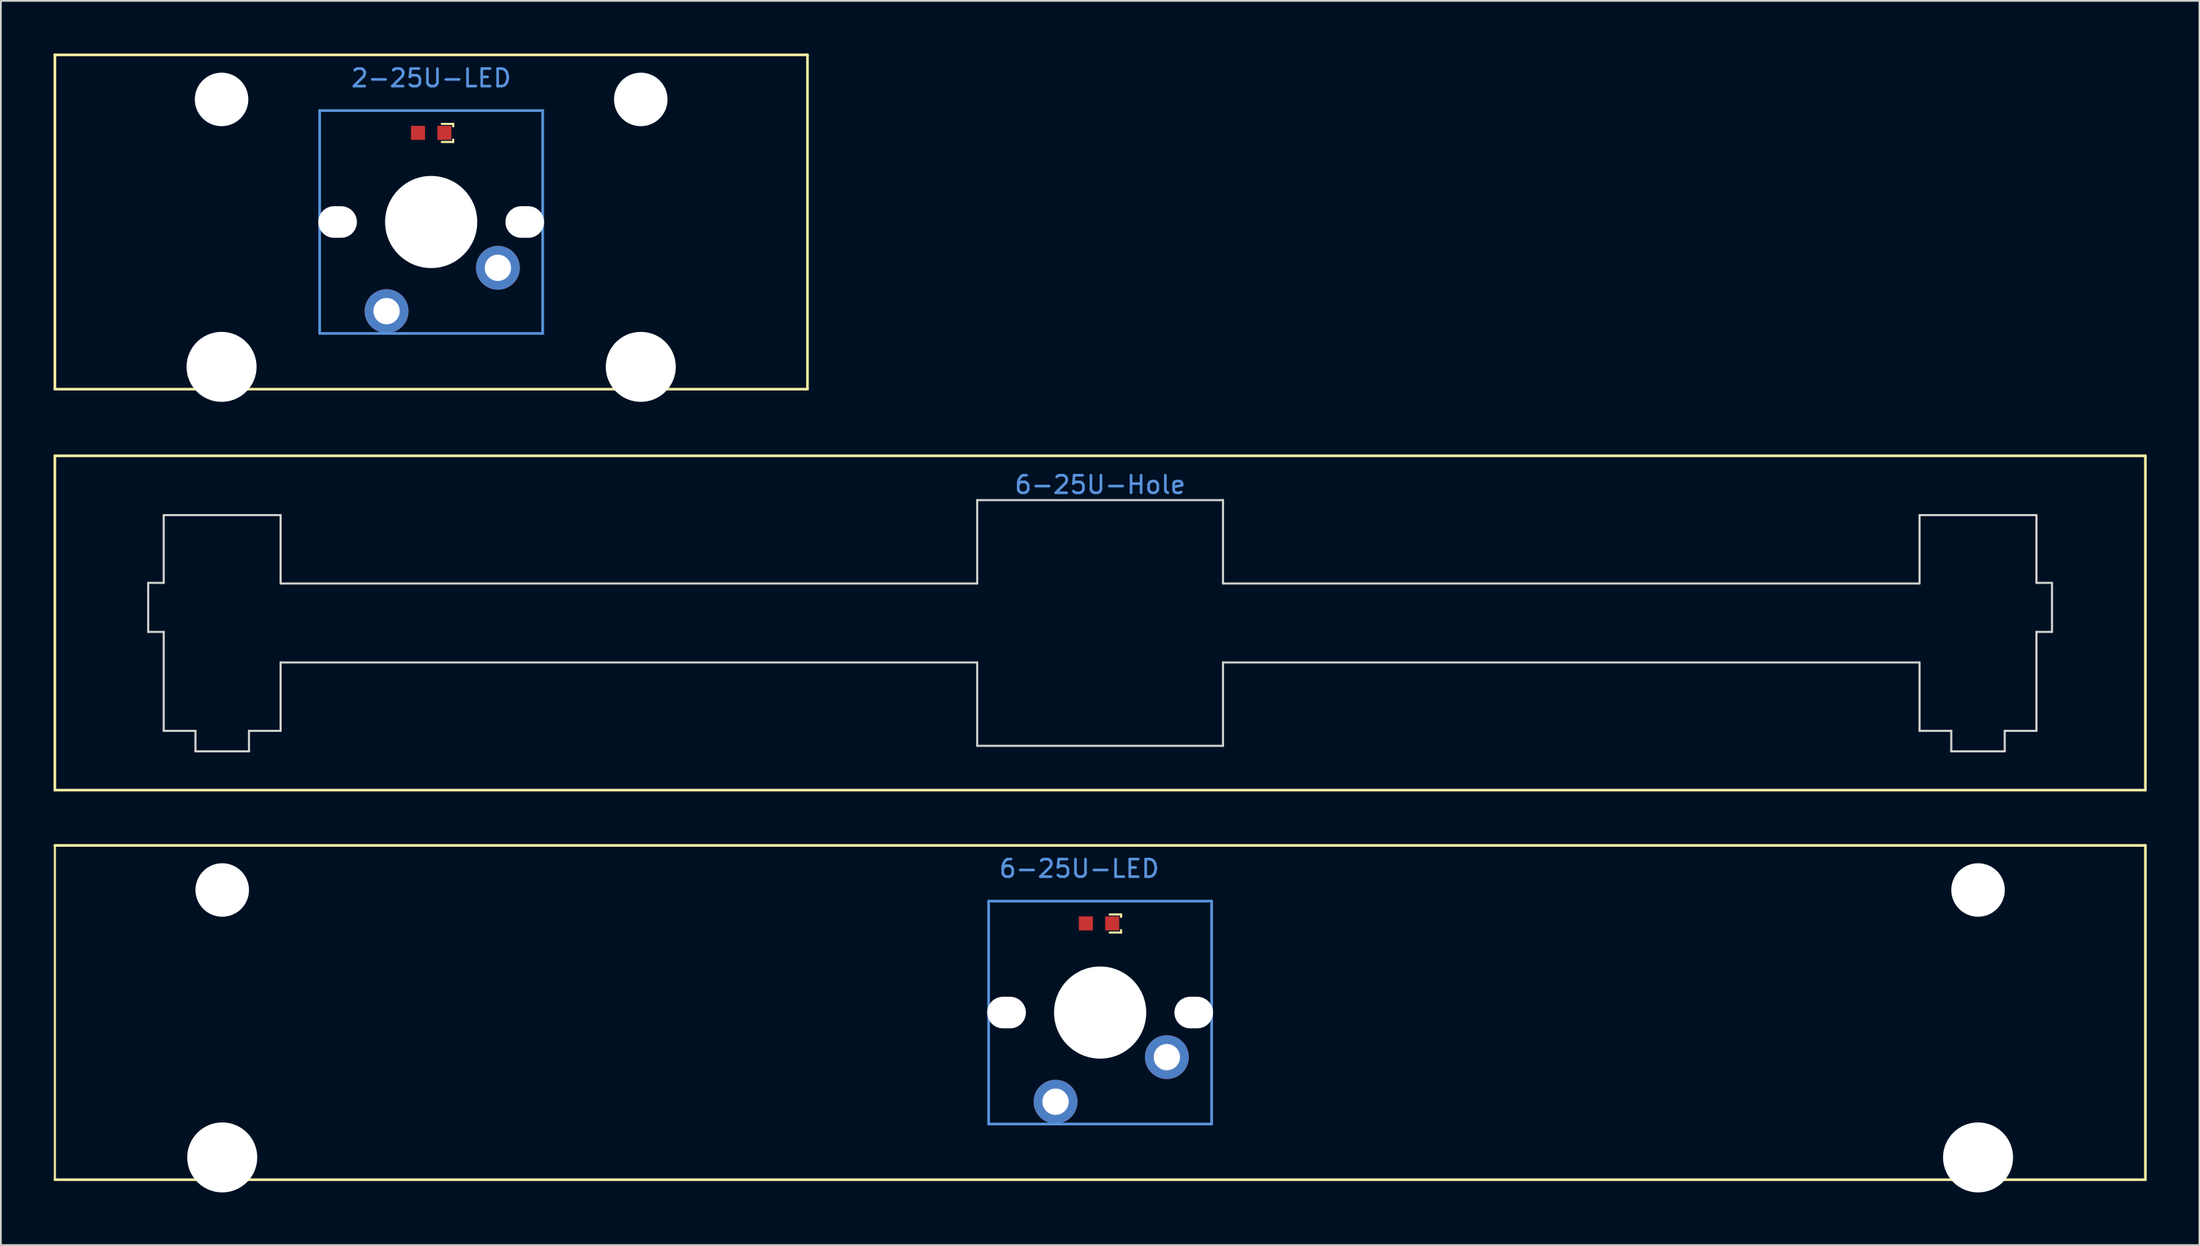
<source format=kicad_pcb>
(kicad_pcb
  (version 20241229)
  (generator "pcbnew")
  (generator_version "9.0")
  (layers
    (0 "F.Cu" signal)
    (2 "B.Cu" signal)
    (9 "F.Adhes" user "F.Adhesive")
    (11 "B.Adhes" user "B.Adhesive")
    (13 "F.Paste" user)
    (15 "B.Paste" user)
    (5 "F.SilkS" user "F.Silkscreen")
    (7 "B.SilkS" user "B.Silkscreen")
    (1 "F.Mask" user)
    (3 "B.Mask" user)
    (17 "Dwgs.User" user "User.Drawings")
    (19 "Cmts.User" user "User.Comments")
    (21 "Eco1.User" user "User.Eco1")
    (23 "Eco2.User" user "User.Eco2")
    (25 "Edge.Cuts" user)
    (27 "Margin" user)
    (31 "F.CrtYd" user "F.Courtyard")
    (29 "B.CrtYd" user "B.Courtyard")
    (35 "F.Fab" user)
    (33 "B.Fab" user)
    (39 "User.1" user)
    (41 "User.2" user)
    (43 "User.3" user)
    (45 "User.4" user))
  (footprint "6-25U-LED"
    (layer "F.Cu")
    (at 59.607 49.571)
    (property "Reference" "6-25U-LED" (at -1.191 -3.12 0) (layer "Cmts.User") (effects (font (size 1 1) (thickness 0.15))))
    (attr smd)
    (fp_line (start -59.531 -4.445) (end -59.531 14.605) (stroke (width 0.12) (type solid)) (layer "F.SilkS"))
    (fp_line (start -59.531 -4.445) (end 59.531 -4.445) (stroke (width 0.152) (type solid)) (layer "F.SilkS"))
    (fp_line (start 0.541 -0.51) (end 1.191 -0.51) (stroke (width 0.12) (type solid)) (layer "F.SilkS"))
    (fp_line (start 0.541 0.52) (end 1.191 0.52) (stroke (width 0.12) (type solid)) (layer "F.SilkS"))
    (fp_line (start 1.191 -0.51) (end 1.191 -0.37) (stroke (width 0.12) (type solid)) (layer "F.SilkS"))
    (fp_line (start 1.191 0.52) (end 1.191 0.38) (stroke (width 0.12) (type solid)) (layer "F.SilkS"))
    (fp_line (start 59.531 -4.445) (end 59.531 14.605) (stroke (width 0.152) (type solid)) (layer "F.SilkS"))
    (fp_line (start 59.531 14.605) (end -59.531 14.605) (stroke (width 0.152) (type solid)) (layer "F.SilkS"))
    (fp_line (start -6.35 -1.27) (end 6.35 -1.27) (stroke (width 0.152) (type solid)) (layer "Cmts.User"))
    (fp_line (start -6.35 11.43) (end -6.35 -1.27) (stroke (width 0.152) (type solid)) (layer "Cmts.User"))
    (fp_line (start 6.35 -1.27) (end 6.35 11.43) (stroke (width 0.152) (type solid)) (layer "Cmts.User"))
    (fp_line (start 6.35 11.43) (end -6.35 11.43) (stroke (width 0.152) (type solid)) (layer "Cmts.User"))
    (pad "" np_thru_hole circle (at -50 -1.905 180) (size 3.048 3.048) (drill 3.048) (layers "*.Cu" "*.Mask"))
    (pad "" np_thru_hole circle (at -50 13.335 180) (size 3.988 3.988) (drill 3.988) (layers "*.Cu" "*.Mask"))
    (pad "" np_thru_hole oval (at -5.33 5.08 270) (size 1.8 2.2) (drill oval 1.8 2.2) (layers "*.Cu" "*.Mask"))
    (pad "" np_thru_hole circle (at 0 5.08 180) (size 5.25 5.25) (drill 5.25) (layers "*.Cu" "*.Mask"))
    (pad "" np_thru_hole oval (at 5.33 5.08 270) (size 1.8 2.2) (drill oval 1.8 2.2) (layers "*.Cu" "*.Mask"))
    (pad "" np_thru_hole circle (at 50 -1.905 180) (size 3.048 3.048) (drill 3.048) (layers "*.Cu" "*.Mask"))
    (pad "" np_thru_hole circle (at 50 13.335 180) (size 3.988 3.988) (drill 3.988) (layers "*.Cu" "*.Mask"))
    (pad "1" thru_hole circle (at -2.54 10.16) (size 2.5 2.5) (drill 1.499) (layers "*.Cu" "*.Mask"))
    (pad "2" thru_hole circle (at 3.8 7.62 225) (size 2.5 2.5) (drill 1.499) (layers "*.Cu" "*.Mask"))
    (pad "3" smd rect (at 0.686 0 90) (size 0.8 0.8) (layers "F.Cu" "F.Mask" "F.Paste"))
    (pad "4" smd rect (at -0.814 0 90) (size 0.8 0.8) (layers "F.Cu" "F.Mask" "F.Paste")))
  (footprint "6-25U-Hole"
    (layer "F.Cu")
    (at 59.606 32.45)
    (property "Reference" "6-25U-Hole" (at 0 -7.874 0) (layer "Cmts.User") (effects (font (size 1 1) (thickness 0.15))))
    (attr through_hole)
    (fp_line (start -59.531 -9.525) (end 59.531 -9.525) (stroke (width 0.15) (type solid)) (layer "F.SilkS"))
    (fp_line (start -59.531 9.525) (end -59.531 -9.525) (stroke (width 0.15) (type solid)) (layer "F.SilkS"))
    (fp_line (start 59.531 -9.525) (end 59.531 9.525) (stroke (width 0.15) (type solid)) (layer "F.SilkS"))
    (fp_line (start 59.531 9.525) (end -59.531 9.525) (stroke (width 0.15) (type solid)) (layer "F.SilkS"))
    (fp_line (start -54.216 -2.286) (end -54.216 0.508) (stroke (width 0.12) (type solid)) (layer "Edge.Cuts"))
    (fp_line (start -53.33 -6.147) (end -53.33 -2.286) (stroke (width 0.12) (type solid)) (layer "Edge.Cuts"))
    (fp_line (start -53.33 -2.286) (end -54.216 -2.286) (stroke (width 0.12) (type solid)) (layer "Edge.Cuts"))
    (fp_line (start -53.33 0.508) (end -54.216 0.508) (stroke (width 0.12) (type solid)) (layer "Edge.Cuts"))
    (fp_line (start -53.33 0.508) (end -53.33 6.147) (stroke (width 0.12) (type solid)) (layer "Edge.Cuts"))
    (fp_line (start -51.524 6.147) (end -53.33 6.147) (stroke (width 0.12) (type solid)) (layer "Edge.Cuts"))
    (fp_line (start -51.524 6.147) (end -51.524 7.315) (stroke (width 0.12) (type solid)) (layer "Edge.Cuts"))
    (fp_line (start -48.476 6.147) (end -48.476 7.315) (stroke (width 0.12) (type solid)) (layer "Edge.Cuts"))
    (fp_line (start -48.476 7.315) (end -51.524 7.315) (stroke (width 0.12) (type solid)) (layer "Edge.Cuts"))
    (fp_line (start -46.673 -6.147) (end -53.327 -6.147) (stroke (width 0.12) (type solid)) (layer "Edge.Cuts"))
    (fp_line (start -46.673 -6.147) (end -46.673 -2.25) (stroke (width 0.12) (type solid)) (layer "Edge.Cuts"))
    (fp_line (start -46.673 -2.25) (end -7 -2.25) (stroke (width 0.12) (type solid)) (layer "Edge.Cuts"))
    (fp_line (start -46.673 2.25) (end -7 2.25) (stroke (width 0.12) (type solid)) (layer "Edge.Cuts"))
    (fp_line (start -46.673 6.147) (end -48.479 6.147) (stroke (width 0.12) (type solid)) (layer "Edge.Cuts"))
    (fp_line (start -46.673 6.147) (end -46.673 2.25) (stroke (width 0.12) (type solid)) (layer "Edge.Cuts"))
    (fp_line (start -7 -7) (end -7 -2.25) (stroke (width 0.12) (type solid)) (layer "Edge.Cuts"))
    (fp_line (start -7 -7) (end 7 -7) (stroke (width 0.12) (type solid)) (layer "Edge.Cuts"))
    (fp_line (start -7 7) (end -7 2.25) (stroke (width 0.12) (type solid)) (layer "Edge.Cuts"))
    (fp_line (start -7 7) (end 7 7) (stroke (width 0.12) (type solid)) (layer "Edge.Cuts"))
    (fp_line (start 7 -7) (end 7 -2.25) (stroke (width 0.12) (type solid)) (layer "Edge.Cuts"))
    (fp_line (start 7 7) (end 7 2.25) (stroke (width 0.12) (type solid)) (layer "Edge.Cuts"))
    (fp_line (start 46.67 -6.147) (end 46.67 -2.25) (stroke (width 0.12) (type solid)) (layer "Edge.Cuts"))
    (fp_line (start 46.67 -2.25) (end 7 -2.25) (stroke (width 0.12) (type solid)) (layer "Edge.Cuts"))
    (fp_line (start 46.67 2.25) (end 7 2.25) (stroke (width 0.12) (type solid)) (layer "Edge.Cuts"))
    (fp_line (start 46.67 6.147) (end 46.67 2.25) (stroke (width 0.12) (type solid)) (layer "Edge.Cuts"))
    (fp_line (start 46.67 6.147) (end 48.476 6.147) (stroke (width 0.12) (type solid)) (layer "Edge.Cuts"))
    (fp_line (start 46.673 -6.147) (end 53.327 -6.147) (stroke (width 0.12) (type solid)) (layer "Edge.Cuts"))
    (fp_line (start 48.476 6.147) (end 48.476 7.315) (stroke (width 0.12) (type solid)) (layer "Edge.Cuts"))
    (fp_line (start 48.476 7.315) (end 51.521 7.315) (stroke (width 0.12) (type solid)) (layer "Edge.Cuts"))
    (fp_line (start 51.521 6.147) (end 51.521 7.315) (stroke (width 0.12) (type solid)) (layer "Edge.Cuts"))
    (fp_line (start 51.521 6.147) (end 53.327 6.147) (stroke (width 0.12) (type solid)) (layer "Edge.Cuts"))
    (fp_line (start 53.327 -6.147) (end 53.327 -2.286) (stroke (width 0.12) (type solid)) (layer "Edge.Cuts"))
    (fp_line (start 53.327 -2.286) (end 54.214 -2.286) (stroke (width 0.12) (type solid)) (layer "Edge.Cuts"))
    (fp_line (start 53.327 0.508) (end 53.327 6.147) (stroke (width 0.12) (type solid)) (layer "Edge.Cuts"))
    (fp_line (start 53.327 0.508) (end 54.214 0.508) (stroke (width 0.12) (type solid)) (layer "Edge.Cuts"))
    (fp_line (start 54.214 -2.286) (end 54.214 0.508) (stroke (width 0.12) (type solid)) (layer "Edge.Cuts")))
  (footprint "2-25U-LED"
    (layer "F.Cu")
    (at 21.507 4.521)
    (property "Reference" "2-25U-LED" (at 0 -3.12 0) (layer "Cmts.User") (effects (font (size 1 1) (thickness 0.15))))
    (attr smd)
    (fp_line (start -21.431 -4.445) (end 21.431 -4.445) (stroke (width 0.152) (type solid)) (layer "F.SilkS"))
    (fp_line (start -21.431 14.605) (end -21.431 -4.445) (stroke (width 0.152) (type solid)) (layer "F.SilkS"))
    (fp_line (start 0.605 -0.51) (end 1.255 -0.51) (stroke (width 0.12) (type solid)) (layer "F.SilkS"))
    (fp_line (start 0.605 0.52) (end 1.255 0.52) (stroke (width 0.12) (type solid)) (layer "F.SilkS"))
    (fp_line (start 1.255 -0.51) (end 1.255 -0.37) (stroke (width 0.12) (type solid)) (layer "F.SilkS"))
    (fp_line (start 1.255 0.52) (end 1.255 0.38) (stroke (width 0.12) (type solid)) (layer "F.SilkS"))
    (fp_line (start 21.431 -4.445) (end 21.431 14.605) (stroke (width 0.152) (type solid)) (layer "F.SilkS"))
    (fp_line (start 21.431 14.605) (end -21.431 14.605) (stroke (width 0.152) (type solid)) (layer "F.SilkS"))
    (fp_line (start -6.35 -1.27) (end 6.35 -1.27) (stroke (width 0.152) (type solid)) (layer "Cmts.User"))
    (fp_line (start -6.35 11.43) (end -6.35 -1.27) (stroke (width 0.152) (type solid)) (layer "Cmts.User"))
    (fp_line (start 6.35 -1.27) (end 6.35 11.43) (stroke (width 0.152) (type solid)) (layer "Cmts.User"))
    (fp_line (start 6.35 11.43) (end -6.35 11.43) (stroke (width 0.152) (type solid)) (layer "Cmts.User"))
    (pad "" np_thru_hole circle (at -11.938 -1.905 180) (size 3.048 3.048) (drill 3.048) (layers "*.Cu" "*.Mask"))
    (pad "" np_thru_hole circle (at -11.938 13.335 180) (size 3.988 3.988) (drill 3.988) (layers "*.Cu" "*.Mask"))
    (pad "" np_thru_hole oval (at -5.33 5.08 270) (size 1.8 2.2) (drill oval 1.8 2.2) (layers "*.Cu" "*.Mask"))
    (pad "" np_thru_hole circle (at 0 5.08 180) (size 5.25 5.25) (drill 5.25) (layers "*.Cu" "*.Mask"))
    (pad "" np_thru_hole oval (at 5.33 5.08 270) (size 1.8 2.2) (drill oval 1.8 2.2) (layers "*.Cu" "*.Mask"))
    (pad "" np_thru_hole circle (at 11.938 -1.905 180) (size 3.048 3.048) (drill 3.048) (layers "*.Cu" "*.Mask"))
    (pad "" np_thru_hole circle (at 11.938 13.335 180) (size 3.988 3.988) (drill 3.988) (layers "*.Cu" "*.Mask"))
    (pad "1" thru_hole circle (at -2.54 10.16 90) (size 2.5 2.5) (drill 1.499) (layers "*.Cu" "*.Mask"))
    (pad "2" thru_hole circle (at 3.8 7.69 225) (size 2.5 2.5) (drill 1.499) (layers "*.Cu" "*.Mask"))
    (pad "3" smd rect (at 0.75 0 90) (size 0.8 0.8) (layers "F.Cu" "F.Mask" "F.Paste"))
    (pad "4" smd rect (at -0.75 0 90) (size 0.8 0.8) (layers "F.Cu" "F.Mask" "F.Paste")))
  (gr_rect
    (start -3 -3)
    (end 122.215 67.9)
    (stroke (width 0.1) (type default))
    (fill no)
    (layer "Edge.Cuts")))
</source>
